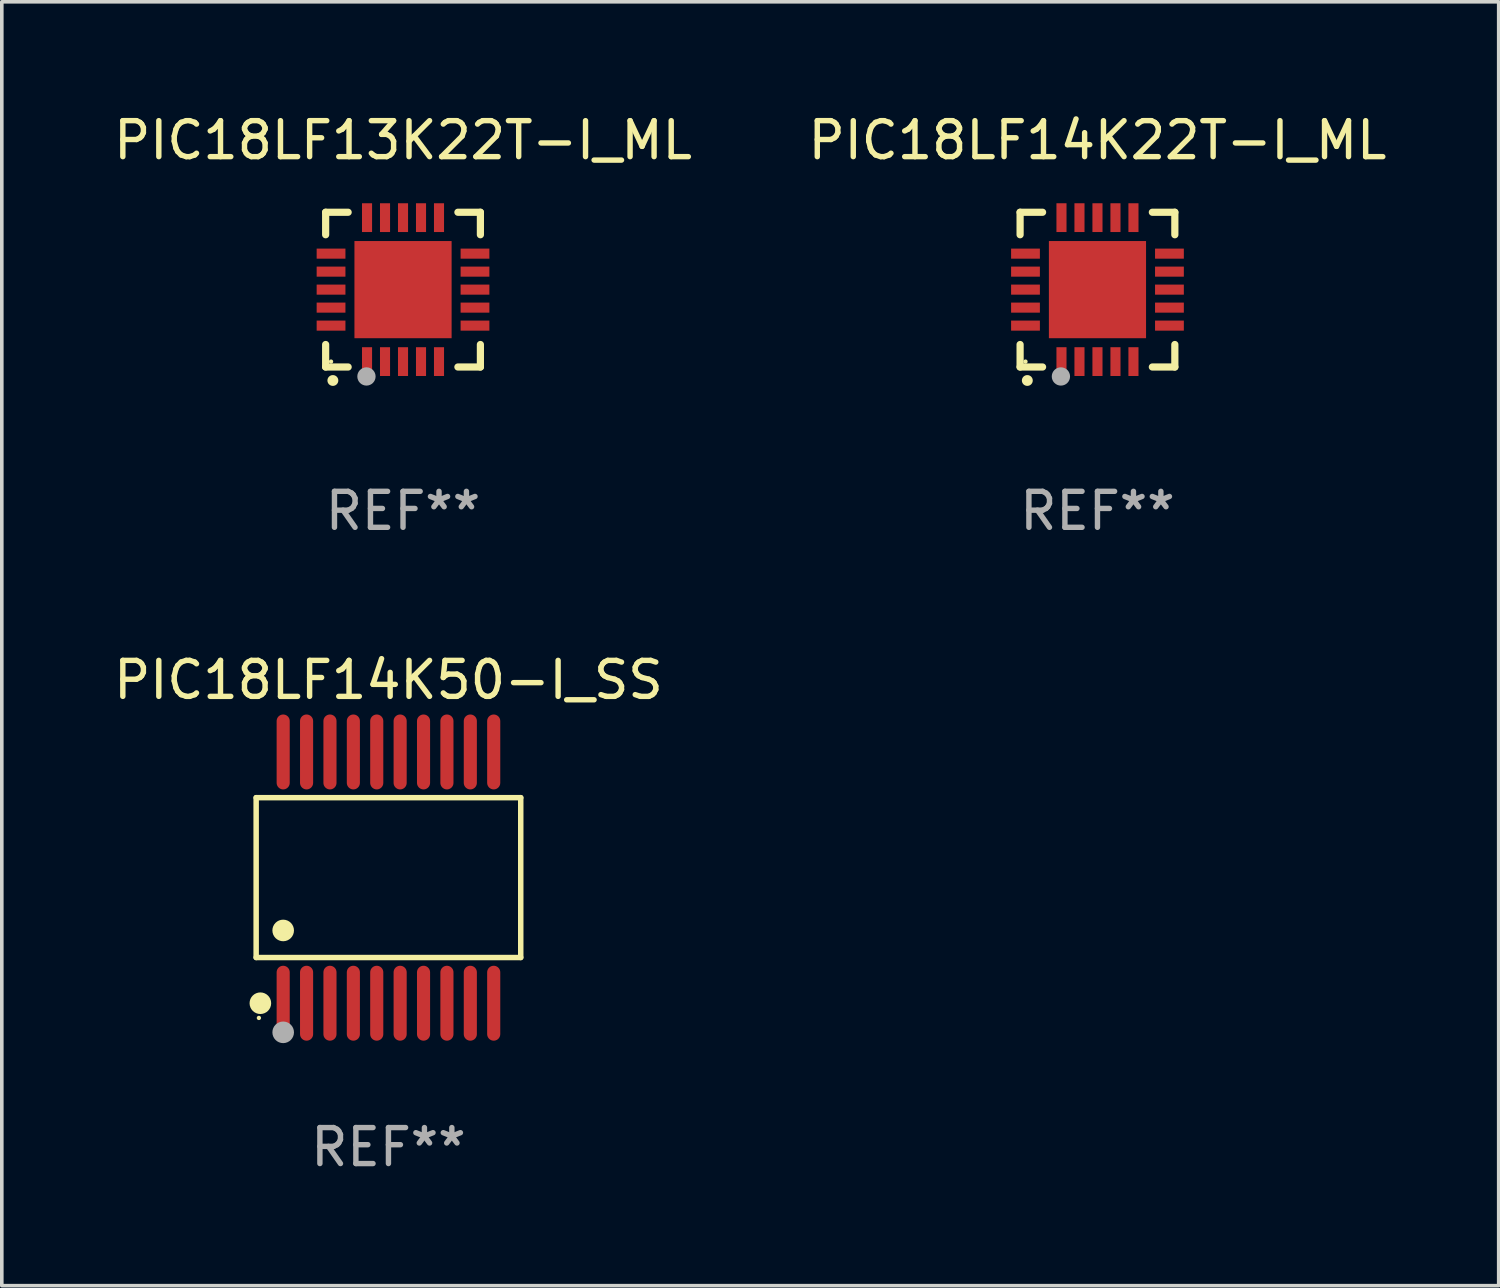
<source format=kicad_pcb>
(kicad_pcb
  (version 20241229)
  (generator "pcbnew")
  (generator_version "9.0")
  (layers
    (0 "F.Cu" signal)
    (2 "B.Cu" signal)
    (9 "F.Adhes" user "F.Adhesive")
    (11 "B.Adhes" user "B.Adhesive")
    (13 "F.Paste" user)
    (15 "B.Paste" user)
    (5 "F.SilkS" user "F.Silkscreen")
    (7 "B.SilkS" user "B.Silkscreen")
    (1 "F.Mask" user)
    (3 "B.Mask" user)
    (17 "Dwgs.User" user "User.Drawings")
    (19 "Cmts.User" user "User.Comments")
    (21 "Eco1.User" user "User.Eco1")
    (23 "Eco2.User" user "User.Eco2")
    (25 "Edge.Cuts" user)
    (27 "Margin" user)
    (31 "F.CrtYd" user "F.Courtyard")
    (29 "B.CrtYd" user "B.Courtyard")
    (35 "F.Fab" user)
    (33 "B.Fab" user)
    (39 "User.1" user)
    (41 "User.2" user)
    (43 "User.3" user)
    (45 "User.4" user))
  (footprint "PIC18LF14K50-I_SS"
    (layer "F.Cu")
    (at 7.744 21.336)
    (property "Reference" "PIC18LF14K50-I_SS" (at 0 -5.491 0) (layer "F.SilkS") (effects (font (size 1 1) (thickness 0.15))))
    (attr through_hole)
    (fp_line (start -3.676 -2.221) (end 3.676 -2.221) (stroke (width 0.152) (type solid)) (layer "F.SilkS"))
    (fp_line (start -3.676 2.221) (end -3.676 -2.221) (stroke (width 0.152) (type solid)) (layer "F.SilkS"))
    (fp_line (start 3.676 -2.221) (end 3.676 2.221) (stroke (width 0.152) (type solid)) (layer "F.SilkS"))
    (fp_line (start 3.676 2.221) (end -3.676 2.221) (stroke (width 0.152) (type solid)) (layer "F.SilkS"))
    (fp_circle (center -3.6 3.9) (end -3.57 3.9) (stroke (width 0.06) (type solid)) (fill no) (layer "F.SilkS"))
    (fp_circle (center -3.559 3.491) (end -3.409 3.491) (stroke (width 0.3) (type solid)) (fill no) (layer "F.SilkS"))
    (fp_circle (center -2.925 1.469) (end -2.775 1.469) (stroke (width 0.3) (type solid)) (fill no) (layer "F.SilkS"))
    (fp_circle (center -2.925 4.3) (end -2.775 4.3) (stroke (width 0.3) (type solid)) (fill no) (layer "F.Fab"))
    (fp_text user "REF**" (at 0 7.491 0) (layer "F.Fab") (effects (font (size 1 1) (thickness 0.15))))
    (pad "1" smd oval (at -2.925 3.491) (size 0.364 2.082) (layers "F.Cu" "F.Mask" "F.Paste"))
    (pad "2" smd oval (at -2.275 3.491) (size 0.364 2.082) (layers "F.Cu" "F.Mask" "F.Paste"))
    (pad "3" smd oval (at -1.625 3.491) (size 0.364 2.082) (layers "F.Cu" "F.Mask" "F.Paste"))
    (pad "4" smd oval (at -0.975 3.491) (size 0.364 2.082) (layers "F.Cu" "F.Mask" "F.Paste"))
    (pad "5" smd oval (at -0.325 3.491) (size 0.364 2.082) (layers "F.Cu" "F.Mask" "F.Paste"))
    (pad "6" smd oval (at 0.325 3.491) (size 0.364 2.082) (layers "F.Cu" "F.Mask" "F.Paste"))
    (pad "7" smd oval (at 0.975 3.491) (size 0.364 2.082) (layers "F.Cu" "F.Mask" "F.Paste"))
    (pad "8" smd oval (at 1.625 3.491) (size 0.364 2.082) (layers "F.Cu" "F.Mask" "F.Paste"))
    (pad "9" smd oval (at 2.275 3.491) (size 0.364 2.082) (layers "F.Cu" "F.Mask" "F.Paste"))
    (pad "10" smd oval (at 2.925 3.491) (size 0.364 2.082) (layers "F.Cu" "F.Mask" "F.Paste"))
    (pad "11" smd oval (at 2.925 -3.491) (size 0.364 2.082) (layers "F.Cu" "F.Mask" "F.Paste"))
    (pad "12" smd oval (at 2.275 -3.491) (size 0.364 2.082) (layers "F.Cu" "F.Mask" "F.Paste"))
    (pad "13" smd oval (at 1.625 -3.491) (size 0.364 2.082) (layers "F.Cu" "F.Mask" "F.Paste"))
    (pad "14" smd oval (at 0.975 -3.491) (size 0.364 2.082) (layers "F.Cu" "F.Mask" "F.Paste"))
    (pad "15" smd oval (at 0.325 -3.491) (size 0.364 2.082) (layers "F.Cu" "F.Mask" "F.Paste"))
    (pad "16" smd oval (at -0.325 -3.491) (size 0.364 2.082) (layers "F.Cu" "F.Mask" "F.Paste"))
    (pad "17" smd oval (at -0.975 -3.491) (size 0.364 2.082) (layers "F.Cu" "F.Mask" "F.Paste"))
    (pad "18" smd oval (at -1.625 -3.491) (size 0.364 2.082) (layers "F.Cu" "F.Mask" "F.Paste"))
    (pad "19" smd oval (at -2.275 -3.491) (size 0.364 2.082) (layers "F.Cu" "F.Mask" "F.Paste"))
    (pad "20" smd oval (at -2.925 -3.491) (size 0.364 2.082) (layers "F.Cu" "F.Mask" "F.Paste")))
  (footprint "PIC18LF13K22T-I_ML"
    (layer "F.Cu")
    (at 8.149 4.998)
    (property "Reference" "PIC18LF13K22T-I_ML" (at 0 -4.15 0) (layer "F.SilkS") (effects (font (size 1 1) (thickness 0.15))))
    (attr through_hole)
    (fp_line (start -2.15 -2.15) (end -2.15 -1.525) (stroke (width 0.2) (type solid)) (layer "F.SilkS"))
    (fp_line (start -2.15 2.15) (end -2.15 1.525) (stroke (width 0.2) (type solid)) (layer "F.SilkS"))
    (fp_line (start -1.525 -2.15) (end -2.15 -2.15) (stroke (width 0.2) (type solid)) (layer "F.SilkS"))
    (fp_line (start -1.525 2.15) (end -2.15 2.15) (stroke (width 0.2) (type solid)) (layer "F.SilkS"))
    (fp_line (start 1.525 2.15) (end 2.15 2.15) (stroke (width 0.2) (type solid)) (layer "F.SilkS"))
    (fp_line (start 2.15 -2.15) (end 1.525 -2.15) (stroke (width 0.2) (type solid)) (layer "F.SilkS"))
    (fp_line (start 2.15 -1.525) (end 2.15 -2.15) (stroke (width 0.2) (type solid)) (layer "F.SilkS"))
    (fp_line (start 2.15 2.15) (end 2.15 1.525) (stroke (width 0.2) (type solid)) (layer "F.SilkS"))
    (fp_arc (start -1.950724 2.524765) (mid -1.949454 2.52476) (end -1.948184 2.524765) (stroke (width 0.3) (type solid)) (layer "F.SilkS"))
    (fp_circle (center -2 2) (end -1.97 2) (stroke (width 0.06) (type solid)) (fill no) (layer "F.SilkS"))
    (fp_circle (center -1.016 2.413) (end -0.889 2.413) (stroke (width 0.254) (type solid)) (fill no) (layer "F.Fab"))
    (fp_text user "REF**" (at 0 6.15 0) (layer "F.Fab") (effects (font (size 1 1) (thickness 0.15))))
    (pad "1" smd rect (at -1 2) (size 0.28 0.8) (layers "F.Cu" "F.Mask" "F.Paste"))
    (pad "2" smd rect (at -0.5 2) (size 0.28 0.8) (layers "F.Cu" "F.Mask" "F.Paste"))
    (pad "3" smd rect (at 0 2) (size 0.28 0.8) (layers "F.Cu" "F.Mask" "F.Paste"))
    (pad "4" smd rect (at 0.5 2) (size 0.28 0.8) (layers "F.Cu" "F.Mask" "F.Paste"))
    (pad "5" smd rect (at 1 2) (size 0.28 0.8) (layers "F.Cu" "F.Mask" "F.Paste"))
    (pad "6" smd rect (at 2 1) (size 0.8 0.28) (layers "F.Cu" "F.Mask" "F.Paste"))
    (pad "7" smd rect (at 2 0.5) (size 0.8 0.28) (layers "F.Cu" "F.Mask" "F.Paste"))
    (pad "8" smd rect (at 2 0) (size 0.8 0.28) (layers "F.Cu" "F.Mask" "F.Paste"))
    (pad "9" smd rect (at 2 -0.5) (size 0.8 0.28) (layers "F.Cu" "F.Mask" "F.Paste"))
    (pad "10" smd rect (at 2 -1) (size 0.8 0.28) (layers "F.Cu" "F.Mask" "F.Paste"))
    (pad "11" smd rect (at 1 -2) (size 0.28 0.8) (layers "F.Cu" "F.Mask" "F.Paste"))
    (pad "12" smd rect (at 0.5 -2) (size 0.28 0.8) (layers "F.Cu" "F.Mask" "F.Paste"))
    (pad "13" smd rect (at 0 -2) (size 0.28 0.8) (layers "F.Cu" "F.Mask" "F.Paste"))
    (pad "14" smd rect (at -0.5 -2) (size 0.28 0.8) (layers "F.Cu" "F.Mask" "F.Paste"))
    (pad "15" smd rect (at -1 -2) (size 0.28 0.8) (layers "F.Cu" "F.Mask" "F.Paste"))
    (pad "16" smd rect (at -2 -1) (size 0.8 0.28) (layers "F.Cu" "F.Mask" "F.Paste"))
    (pad "17" smd rect (at -2 -0.5) (size 0.8 0.28) (layers "F.Cu" "F.Mask" "F.Paste"))
    (pad "18" smd rect (at -2 0) (size 0.8 0.28) (layers "F.Cu" "F.Mask" "F.Paste"))
    (pad "19" smd rect (at -2 0.5) (size 0.8 0.28) (layers "F.Cu" "F.Mask" "F.Paste"))
    (pad "20" smd rect (at -2 1) (size 0.8 0.28) (layers "F.Cu" "F.Mask" "F.Paste"))
    (pad "21" smd rect (at 0 0) (size 2.7 2.7) (layers "F.Cu" "F.Mask" "F.Paste")))
  (footprint "PIC18LF14K22T-I_ML"
    (layer "F.Cu")
    (at 27.446 4.998)
    (property "Reference" "PIC18LF14K22T-I_ML" (at 0 -4.15 0) (layer "F.SilkS") (effects (font (size 1 1) (thickness 0.15))))
    (attr through_hole)
    (fp_line (start -2.15 -2.15) (end -2.15 -1.525) (stroke (width 0.2) (type solid)) (layer "F.SilkS"))
    (fp_line (start -2.15 2.15) (end -2.15 1.525) (stroke (width 0.2) (type solid)) (layer "F.SilkS"))
    (fp_line (start -1.525 -2.15) (end -2.15 -2.15) (stroke (width 0.2) (type solid)) (layer "F.SilkS"))
    (fp_line (start -1.525 2.15) (end -2.15 2.15) (stroke (width 0.2) (type solid)) (layer "F.SilkS"))
    (fp_line (start 1.525 2.15) (end 2.15 2.15) (stroke (width 0.2) (type solid)) (layer "F.SilkS"))
    (fp_line (start 2.15 -2.15) (end 1.525 -2.15) (stroke (width 0.2) (type solid)) (layer "F.SilkS"))
    (fp_line (start 2.15 -1.525) (end 2.15 -2.15) (stroke (width 0.2) (type solid)) (layer "F.SilkS"))
    (fp_line (start 2.15 2.15) (end 2.15 1.525) (stroke (width 0.2) (type solid)) (layer "F.SilkS"))
    (fp_arc (start -1.950724 2.524765) (mid -1.949454 2.52476) (end -1.948184 2.524765) (stroke (width 0.3) (type solid)) (layer "F.SilkS"))
    (fp_circle (center -2 2) (end -1.97 2) (stroke (width 0.06) (type solid)) (fill no) (layer "F.SilkS"))
    (fp_circle (center -1.016 2.413) (end -0.889 2.413) (stroke (width 0.254) (type solid)) (fill no) (layer "F.Fab"))
    (fp_text user "REF**" (at 0 6.15 0) (layer "F.Fab") (effects (font (size 1 1) (thickness 0.15))))
    (pad "1" smd rect (at -1 2) (size 0.28 0.8) (layers "F.Cu" "F.Mask" "F.Paste"))
    (pad "2" smd rect (at -0.5 2) (size 0.28 0.8) (layers "F.Cu" "F.Mask" "F.Paste"))
    (pad "3" smd rect (at 0 2) (size 0.28 0.8) (layers "F.Cu" "F.Mask" "F.Paste"))
    (pad "4" smd rect (at 0.5 2) (size 0.28 0.8) (layers "F.Cu" "F.Mask" "F.Paste"))
    (pad "5" smd rect (at 1 2) (size 0.28 0.8) (layers "F.Cu" "F.Mask" "F.Paste"))
    (pad "6" smd rect (at 2 1) (size 0.8 0.28) (layers "F.Cu" "F.Mask" "F.Paste"))
    (pad "7" smd rect (at 2 0.5) (size 0.8 0.28) (layers "F.Cu" "F.Mask" "F.Paste"))
    (pad "8" smd rect (at 2 0) (size 0.8 0.28) (layers "F.Cu" "F.Mask" "F.Paste"))
    (pad "9" smd rect (at 2 -0.5) (size 0.8 0.28) (layers "F.Cu" "F.Mask" "F.Paste"))
    (pad "10" smd rect (at 2 -1) (size 0.8 0.28) (layers "F.Cu" "F.Mask" "F.Paste"))
    (pad "11" smd rect (at 1 -2) (size 0.28 0.8) (layers "F.Cu" "F.Mask" "F.Paste"))
    (pad "12" smd rect (at 0.5 -2) (size 0.28 0.8) (layers "F.Cu" "F.Mask" "F.Paste"))
    (pad "13" smd rect (at 0 -2) (size 0.28 0.8) (layers "F.Cu" "F.Mask" "F.Paste"))
    (pad "14" smd rect (at -0.5 -2) (size 0.28 0.8) (layers "F.Cu" "F.Mask" "F.Paste"))
    (pad "15" smd rect (at -1 -2) (size 0.28 0.8) (layers "F.Cu" "F.Mask" "F.Paste"))
    (pad "16" smd rect (at -2 -1) (size 0.8 0.28) (layers "F.Cu" "F.Mask" "F.Paste"))
    (pad "17" smd rect (at -2 -0.5) (size 0.8 0.28) (layers "F.Cu" "F.Mask" "F.Paste"))
    (pad "18" smd rect (at -2 0) (size 0.8 0.28) (layers "F.Cu" "F.Mask" "F.Paste"))
    (pad "19" smd rect (at -2 0.5) (size 0.8 0.28) (layers "F.Cu" "F.Mask" "F.Paste"))
    (pad "20" smd rect (at -2 1) (size 0.8 0.28) (layers "F.Cu" "F.Mask" "F.Paste"))
    (pad "21" smd rect (at 0 0) (size 2.7 2.7) (layers "F.Cu" "F.Mask" "F.Paste")))
  (gr_rect
    (start -3 -3)
    (end 38.595 32.675)
    (stroke (width 0.1) (type default))
    (fill no)
    (layer "Edge.Cuts")))
</source>
